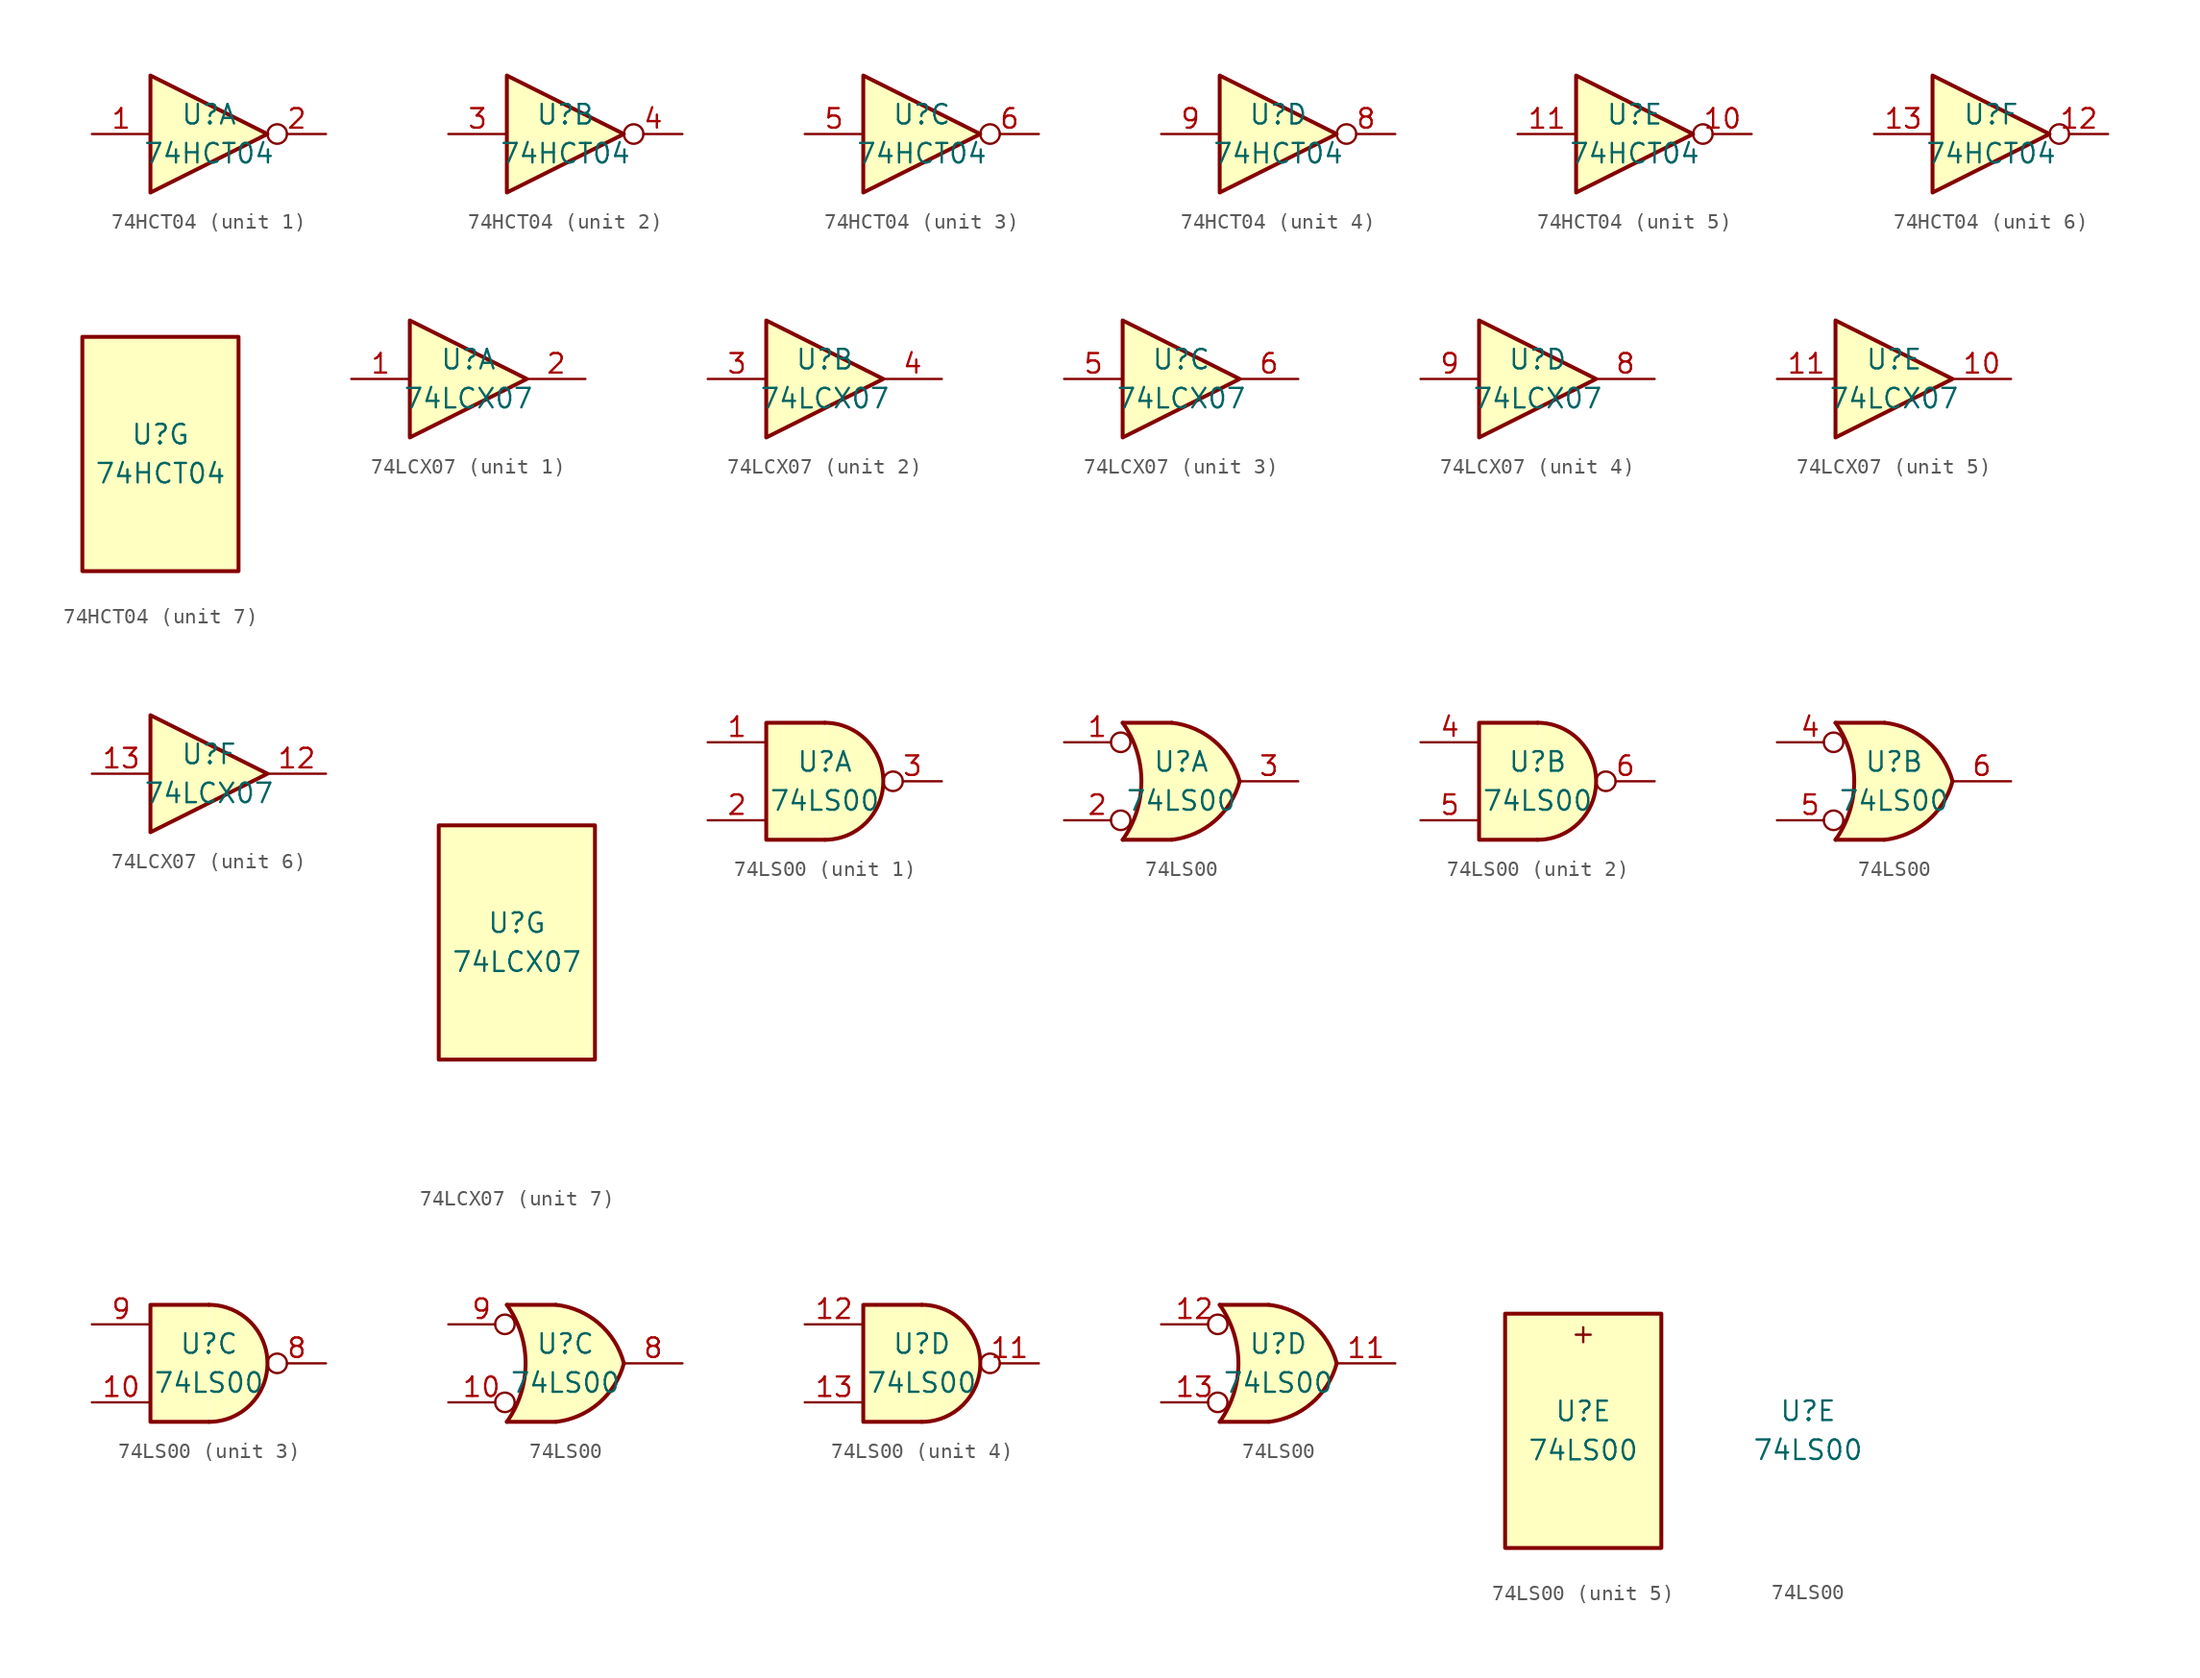
<source format=kicad_sym>
(kicad_symbol_lib
  (version 20231120)
  (generator "kicad_symbol_editor")
  (generator_version "8.0")
  (symbol "74HCT04"
    (pin_names
      (offset 1.016))
    (property "Reference" "U"
      (at 0 1.27 0)
      (effects (font (size 1.27 1.27))))
    (property "Value" "74HCT04"
      (at 0 -1.27 0)
      (effects (font (size 1.27 1.27))))
    (property "ki_locked" ""
      (at 0 0 0)
      (effects (font (size 1.27 1.27))))
    (symbol "74HCT04_1_0"
      (polyline (pts (xy -3.81 3.81) (xy -3.81 -3.81) (xy 3.81 0) (xy -3.81 3.81)) (stroke (width 0.254) (type default)) (fill (type background)))
      (pin input line (at -7.62 0 0) (length 3.81) (name "~" (effects (font (size 1.27 1.27)))) (number "1" (effects (font (size 1.27 1.27)))))
      (pin output inverted (at 7.62 0 180) (length 3.81) (name "~" (effects (font (size 1.27 1.27)))) (number "2" (effects (font (size 1.27 1.27))))))
    (symbol "74HCT04_2_0"
      (polyline (pts (xy -3.81 3.81) (xy -3.81 -3.81) (xy 3.81 0) (xy -3.81 3.81)) (stroke (width 0.254) (type default)) (fill (type background)))
      (pin input line (at -7.62 0 0) (length 3.81) (name "~" (effects (font (size 1.27 1.27)))) (number "3" (effects (font (size 1.27 1.27)))))
      (pin output inverted (at 7.62 0 180) (length 3.81) (name "~" (effects (font (size 1.27 1.27)))) (number "4" (effects (font (size 1.27 1.27))))))
    (symbol "74HCT04_3_0"
      (polyline (pts (xy -3.81 3.81) (xy -3.81 -3.81) (xy 3.81 0) (xy -3.81 3.81)) (stroke (width 0.254) (type default)) (fill (type background)))
      (pin input line (at -7.62 0 0) (length 3.81) (name "~" (effects (font (size 1.27 1.27)))) (number "5" (effects (font (size 1.27 1.27)))))
      (pin output inverted (at 7.62 0 180) (length 3.81) (name "~" (effects (font (size 1.27 1.27)))) (number "6" (effects (font (size 1.27 1.27))))))
    (symbol "74HCT04_4_0"
      (polyline (pts (xy -3.81 3.81) (xy -3.81 -3.81) (xy 3.81 0) (xy -3.81 3.81)) (stroke (width 0.254) (type default)) (fill (type background)))
      (pin output inverted (at 7.62 0 180) (length 3.81) (name "~" (effects (font (size 1.27 1.27)))) (number "8" (effects (font (size 1.27 1.27)))))
      (pin input line (at -7.62 0 0) (length 3.81) (name "~" (effects (font (size 1.27 1.27)))) (number "9" (effects (font (size 1.27 1.27))))))
    (symbol "74HCT04_5_0"
      (polyline (pts (xy -3.81 3.81) (xy -3.81 -3.81) (xy 3.81 0) (xy -3.81 3.81)) (stroke (width 0.254) (type default)) (fill (type background)))
      (pin output inverted (at 7.62 0 180) (length 3.81) (name "~" (effects (font (size 1.27 1.27)))) (number "10" (effects (font (size 1.27 1.27)))))
      (pin input line (at -7.62 0 0) (length 3.81) (name "~" (effects (font (size 1.27 1.27)))) (number "11" (effects (font (size 1.27 1.27))))))
    (symbol "74HCT04_6_0"
      (polyline (pts (xy -3.81 3.81) (xy -3.81 -3.81) (xy 3.81 0) (xy -3.81 3.81)) (stroke (width 0.254) (type default)) (fill (type background)))
      (pin output inverted (at 7.62 0 180) (length 3.81) (name "~" (effects (font (size 1.27 1.27)))) (number "12" (effects (font (size 1.27 1.27)))))
      (pin input line (at -7.62 0 0) (length 3.81) (name "~" (effects (font (size 1.27 1.27)))) (number "13" (effects (font (size 1.27 1.27))))))
    (symbol "74HCT04_7_0"
      (pin power_in line (at 0 7.62 270) (length 5.08) hide (name "VCC" (effects (font (size 1.27 1.27)))) (number "14" (effects (font (size 1.27 1.27)))))
      (pin power_in line (at 1.27 -7.62 90) (length 5.08) hide (name "GND" (effects (font (size 1.27 1.27)))) (number "7" (effects (font (size 1.27 1.27))))))
    (symbol "74HCT04_7_1"
      (rectangle (start -5.08 7.62) (end 5.08 -7.62) (stroke (width 0.254) (type default)) (fill (type background)))))
  (symbol "74LCX07"
    (pin_names
      (offset 1.016))
    (property "Reference" "U"
      (at 0 1.27 0)
      (effects (font (size 1.27 1.27))))
    (property "Value" "74LCX07"
      (at 0 -1.27 0)
      (effects (font (size 1.27 1.27))))
    (property "ki_locked" ""
      (at 0 0 0)
      (effects (font (size 1.27 1.27))))
    (symbol "74LCX07_1_0"
      (polyline (pts (xy -3.81 3.81) (xy -3.81 -3.81) (xy 3.81 0) (xy -3.81 3.81)) (stroke (width 0.254) (type default)) (fill (type background)))
      (pin input line (at -7.62 0 0) (length 3.81) (name "~" (effects (font (size 1.27 1.27)))) (number "1" (effects (font (size 1.27 1.27)))))
      (pin open_collector line (at 7.62 0 180) (length 3.81) (name "~" (effects (font (size 1.27 1.27)))) (number "2" (effects (font (size 1.27 1.27))))))
    (symbol "74LCX07_2_0"
      (polyline (pts (xy -3.81 3.81) (xy -3.81 -3.81) (xy 3.81 0) (xy -3.81 3.81)) (stroke (width 0.254) (type default)) (fill (type background)))
      (pin input line (at -7.62 0 0) (length 3.81) (name "~" (effects (font (size 1.27 1.27)))) (number "3" (effects (font (size 1.27 1.27)))))
      (pin open_collector line (at 7.62 0 180) (length 3.81) (name "~" (effects (font (size 1.27 1.27)))) (number "4" (effects (font (size 1.27 1.27))))))
    (symbol "74LCX07_3_0"
      (polyline (pts (xy -3.81 3.81) (xy -3.81 -3.81) (xy 3.81 0) (xy -3.81 3.81)) (stroke (width 0.254) (type default)) (fill (type background)))
      (pin input line (at -7.62 0 0) (length 3.81) (name "~" (effects (font (size 1.27 1.27)))) (number "5" (effects (font (size 1.27 1.27)))))
      (pin open_collector line (at 7.62 0 180) (length 3.81) (name "~" (effects (font (size 1.27 1.27)))) (number "6" (effects (font (size 1.27 1.27))))))
    (symbol "74LCX07_4_0"
      (polyline (pts (xy -3.81 3.81) (xy -3.81 -3.81) (xy 3.81 0) (xy -3.81 3.81)) (stroke (width 0.254) (type default)) (fill (type background)))
      (pin open_collector line (at 7.62 0 180) (length 3.81) (name "~" (effects (font (size 1.27 1.27)))) (number "8" (effects (font (size 1.27 1.27)))))
      (pin input line (at -7.62 0 0) (length 3.81) (name "~" (effects (font (size 1.27 1.27)))) (number "9" (effects (font (size 1.27 1.27))))))
    (symbol "74LCX07_5_0"
      (polyline (pts (xy -3.81 3.81) (xy -3.81 -3.81) (xy 3.81 0) (xy -3.81 3.81)) (stroke (width 0.254) (type default)) (fill (type background)))
      (pin open_collector line (at 7.62 0 180) (length 3.81) (name "~" (effects (font (size 1.27 1.27)))) (number "10" (effects (font (size 1.27 1.27)))))
      (pin input line (at -7.62 0 0) (length 3.81) (name "~" (effects (font (size 1.27 1.27)))) (number "11" (effects (font (size 1.27 1.27))))))
    (symbol "74LCX07_6_0"
      (polyline (pts (xy -3.81 3.81) (xy -3.81 -3.81) (xy 3.81 0) (xy -3.81 3.81)) (stroke (width 0.254) (type default)) (fill (type background)))
      (pin open_collector line (at 7.62 0 180) (length 3.81) (name "~" (effects (font (size 1.27 1.27)))) (number "12" (effects (font (size 1.27 1.27)))))
      (pin input line (at -7.62 0 0) (length 3.81) (name "~" (effects (font (size 1.27 1.27)))) (number "13" (effects (font (size 1.27 1.27))))))
    (symbol "74LCX07_7_0"
      (pin input line (at 0 12.7 270) (length 5.08) hide (name "VCC" (effects (font (size 1.27 1.27)))) (number "14" (effects (font (size 1.27 1.27)))))
      (pin input line (at 0 -12.7 90) (length 5.08) hide (name "GND" (effects (font (size 1.27 1.27)))) (number "7" (effects (font (size 1.27 1.27))))))
    (symbol "74LCX07_7_1"
      (rectangle (start -5.08 7.62) (end 5.08 -7.62) (stroke (width 0.254) (type default)) (fill (type background)))))
  (symbol "74LS00"
    (pin_names
      (offset 1.016))
    (property "Reference" "U"
      (at 0 1.27 0)
      (effects (font (size 1.27 1.27))))
    (property "Value" "74LS00"
      (at 0 -1.27 0)
      (effects (font (size 1.27 1.27))))
    (property "ki_locked" ""
      (at 0 0 0)
      (effects (font (size 1.27 1.27))))
    (symbol "74LS00_1_1"
      (arc (start 0 -3.81) (mid 3.7934 0) (end 0 3.81) (stroke (width 0.254) (type default)) (fill (type background)))
      (polyline (pts (xy 0 3.81) (xy -3.81 3.81) (xy -3.81 -3.81) (xy 0 -3.81)) (stroke (width 0.254) (type default)) (fill (type background)))
      (pin input line (at -7.62 2.54 0) (length 3.81) (name "~" (effects (font (size 1.27 1.27)))) (number "1" (effects (font (size 1.27 1.27)))))
      (pin input line (at -7.62 -2.54 0) (length 3.81) (name "~" (effects (font (size 1.27 1.27)))) (number "2" (effects (font (size 1.27 1.27)))))
      (pin output inverted (at 7.62 0 180) (length 3.81) (name "~" (effects (font (size 1.27 1.27)))) (number "3" (effects (font (size 1.27 1.27))))))
    (symbol "74LS00_1_2"
      (arc (start -3.81 -3.81) (mid -2.589 0) (end -3.81 3.81) (stroke (width 0.254) (type default)) (fill (type none)))
      (arc (start -0.6096 -3.81) (mid 2.1842 -2.5851) (end 3.81 0) (stroke (width 0.254) (type default)) (fill (type background)))
      (polyline (pts (xy -3.81 -3.81) (xy -0.635 -3.81)) (stroke (width 0.254) (type default)) (fill (type background)))
      (polyline (pts (xy -3.81 3.81) (xy -0.635 3.81)) (stroke (width 0.254) (type default)) (fill (type background)))
      (polyline (pts (xy -0.635 3.81) (xy -3.81 3.81) (xy -3.81 3.81) (xy -3.556 3.404) (xy -3.023 2.261) (xy -2.692 1.041) (xy -2.616 -0.254) (xy -2.769 -1.499) (xy -3.175 -2.718) (xy -3.81 -3.81) (xy -3.81 -3.81) (xy -0.635 -3.81)) (stroke (width -25.4) (type default)) (fill (type background)))
      (arc (start 3.81 0) (mid 2.1915 2.5936) (end -0.6096 3.81) (stroke (width 0.254) (type default)) (fill (type background)))
      (pin input inverted (at -7.62 2.54 0) (length 4.318) (name "~" (effects (font (size 1.27 1.27)))) (number "1" (effects (font (size 1.27 1.27)))))
      (pin input inverted (at -7.62 -2.54 0) (length 4.318) (name "~" (effects (font (size 1.27 1.27)))) (number "2" (effects (font (size 1.27 1.27)))))
      (pin output line (at 7.62 0 180) (length 3.81) (name "~" (effects (font (size 1.27 1.27)))) (number "3" (effects (font (size 1.27 1.27))))))
    (symbol "74LS00_2_1"
      (arc (start 0 -3.81) (mid 3.7934 0) (end 0 3.81) (stroke (width 0.254) (type default)) (fill (type background)))
      (polyline (pts (xy 0 3.81) (xy -3.81 3.81) (xy -3.81 -3.81) (xy 0 -3.81)) (stroke (width 0.254) (type default)) (fill (type background)))
      (pin input line (at -7.62 2.54 0) (length 3.81) (name "~" (effects (font (size 1.27 1.27)))) (number "4" (effects (font (size 1.27 1.27)))))
      (pin input line (at -7.62 -2.54 0) (length 3.81) (name "~" (effects (font (size 1.27 1.27)))) (number "5" (effects (font (size 1.27 1.27)))))
      (pin output inverted (at 7.62 0 180) (length 3.81) (name "~" (effects (font (size 1.27 1.27)))) (number "6" (effects (font (size 1.27 1.27))))))
    (symbol "74LS00_2_2"
      (arc (start -3.81 -3.81) (mid -2.589 0) (end -3.81 3.81) (stroke (width 0.254) (type default)) (fill (type none)))
      (arc (start -0.6096 -3.81) (mid 2.1842 -2.5851) (end 3.81 0) (stroke (width 0.254) (type default)) (fill (type background)))
      (polyline (pts (xy -3.81 -3.81) (xy -0.635 -3.81)) (stroke (width 0.254) (type default)) (fill (type background)))
      (polyline (pts (xy -3.81 3.81) (xy -0.635 3.81)) (stroke (width 0.254) (type default)) (fill (type background)))
      (polyline (pts (xy -0.635 3.81) (xy -3.81 3.81) (xy -3.81 3.81) (xy -3.556 3.404) (xy -3.023 2.261) (xy -2.692 1.041) (xy -2.616 -0.254) (xy -2.769 -1.499) (xy -3.175 -2.718) (xy -3.81 -3.81) (xy -3.81 -3.81) (xy -0.635 -3.81)) (stroke (width -25.4) (type default)) (fill (type background)))
      (arc (start 3.81 0) (mid 2.1915 2.5936) (end -0.6096 3.81) (stroke (width 0.254) (type default)) (fill (type background)))
      (pin input inverted (at -7.62 2.54 0) (length 4.318) (name "~" (effects (font (size 1.27 1.27)))) (number "4" (effects (font (size 1.27 1.27)))))
      (pin input inverted (at -7.62 -2.54 0) (length 4.318) (name "~" (effects (font (size 1.27 1.27)))) (number "5" (effects (font (size 1.27 1.27)))))
      (pin output line (at 7.62 0 180) (length 3.81) (name "~" (effects (font (size 1.27 1.27)))) (number "6" (effects (font (size 1.27 1.27))))))
    (symbol "74LS00_3_1"
      (arc (start 0 -3.81) (mid 3.7934 0) (end 0 3.81) (stroke (width 0.254) (type default)) (fill (type background)))
      (polyline (pts (xy 0 3.81) (xy -3.81 3.81) (xy -3.81 -3.81) (xy 0 -3.81)) (stroke (width 0.254) (type default)) (fill (type background)))
      (pin input line (at -7.62 -2.54 0) (length 3.81) (name "~" (effects (font (size 1.27 1.27)))) (number "10" (effects (font (size 1.27 1.27)))))
      (pin output inverted (at 7.62 0 180) (length 3.81) (name "~" (effects (font (size 1.27 1.27)))) (number "8" (effects (font (size 1.27 1.27)))))
      (pin input line (at -7.62 2.54 0) (length 3.81) (name "~" (effects (font (size 1.27 1.27)))) (number "9" (effects (font (size 1.27 1.27))))))
    (symbol "74LS00_3_2"
      (arc (start -3.81 -3.81) (mid -2.589 0) (end -3.81 3.81) (stroke (width 0.254) (type default)) (fill (type none)))
      (arc (start -0.6096 -3.81) (mid 2.1842 -2.5851) (end 3.81 0) (stroke (width 0.254) (type default)) (fill (type background)))
      (polyline (pts (xy -3.81 -3.81) (xy -0.635 -3.81)) (stroke (width 0.254) (type default)) (fill (type background)))
      (polyline (pts (xy -3.81 3.81) (xy -0.635 3.81)) (stroke (width 0.254) (type default)) (fill (type background)))
      (polyline (pts (xy -0.635 3.81) (xy -3.81 3.81) (xy -3.81 3.81) (xy -3.556 3.404) (xy -3.023 2.261) (xy -2.692 1.041) (xy -2.616 -0.254) (xy -2.769 -1.499) (xy -3.175 -2.718) (xy -3.81 -3.81) (xy -3.81 -3.81) (xy -0.635 -3.81)) (stroke (width -25.4) (type default)) (fill (type background)))
      (arc (start 3.81 0) (mid 2.1915 2.5936) (end -0.6096 3.81) (stroke (width 0.254) (type default)) (fill (type background)))
      (pin input inverted (at -7.62 -2.54 0) (length 4.318) (name "~" (effects (font (size 1.27 1.27)))) (number "10" (effects (font (size 1.27 1.27)))))
      (pin output line (at 7.62 0 180) (length 3.81) (name "~" (effects (font (size 1.27 1.27)))) (number "8" (effects (font (size 1.27 1.27)))))
      (pin input inverted (at -7.62 2.54 0) (length 4.318) (name "~" (effects (font (size 1.27 1.27)))) (number "9" (effects (font (size 1.27 1.27))))))
    (symbol "74LS00_4_1"
      (arc (start 0 -3.81) (mid 3.7934 0) (end 0 3.81) (stroke (width 0.254) (type default)) (fill (type background)))
      (polyline (pts (xy 0 3.81) (xy -3.81 3.81) (xy -3.81 -3.81) (xy 0 -3.81)) (stroke (width 0.254) (type default)) (fill (type background)))
      (pin output inverted (at 7.62 0 180) (length 3.81) (name "~" (effects (font (size 1.27 1.27)))) (number "11" (effects (font (size 1.27 1.27)))))
      (pin input line (at -7.62 2.54 0) (length 3.81) (name "~" (effects (font (size 1.27 1.27)))) (number "12" (effects (font (size 1.27 1.27)))))
      (pin input line (at -7.62 -2.54 0) (length 3.81) (name "~" (effects (font (size 1.27 1.27)))) (number "13" (effects (font (size 1.27 1.27))))))
    (symbol "74LS00_4_2"
      (arc (start -3.81 -3.81) (mid -2.589 0) (end -3.81 3.81) (stroke (width 0.254) (type default)) (fill (type none)))
      (arc (start -0.6096 -3.81) (mid 2.1842 -2.5851) (end 3.81 0) (stroke (width 0.254) (type default)) (fill (type background)))
      (polyline (pts (xy -3.81 -3.81) (xy -0.635 -3.81)) (stroke (width 0.254) (type default)) (fill (type background)))
      (polyline (pts (xy -3.81 3.81) (xy -0.635 3.81)) (stroke (width 0.254) (type default)) (fill (type background)))
      (polyline (pts (xy -0.635 3.81) (xy -3.81 3.81) (xy -3.81 3.81) (xy -3.556 3.404) (xy -3.023 2.261) (xy -2.692 1.041) (xy -2.616 -0.254) (xy -2.769 -1.499) (xy -3.175 -2.718) (xy -3.81 -3.81) (xy -3.81 -3.81) (xy -0.635 -3.81)) (stroke (width -25.4) (type default)) (fill (type background)))
      (arc (start 3.81 0) (mid 2.1915 2.5936) (end -0.6096 3.81) (stroke (width 0.254) (type default)) (fill (type background)))
      (pin output line (at 7.62 0 180) (length 3.81) (name "~" (effects (font (size 1.27 1.27)))) (number "11" (effects (font (size 1.27 1.27)))))
      (pin input inverted (at -7.62 2.54 0) (length 4.318) (name "~" (effects (font (size 1.27 1.27)))) (number "12" (effects (font (size 1.27 1.27)))))
      (pin input inverted (at -7.62 -2.54 0) (length 4.318) (name "~" (effects (font (size 1.27 1.27)))) (number "13" (effects (font (size 1.27 1.27))))))
    (symbol "74LS00_5_0"
      (pin power_in line (at 0 7.62 270) (length 5.08) hide (name "VCC" (effects (font (size 1.27 1.27)))) (number "14" (effects (font (size 1.27 1.27)))))
      (pin power_in line (at 0 -7.62 90) (length 5.08) hide (name "GND" (effects (font (size 1.27 1.27)))) (number "7" (effects (font (size 1.27 1.27))))))
    (symbol "74LS00_5_1"
      (rectangle (start -5.08 7.62) (end 5.08 -7.62) (stroke (width 0.254) (type default)) (fill (type background)))
      (text "+" (at 0 6.35 0) (effects (font (size 1.27 1.27)))))))
</source>
